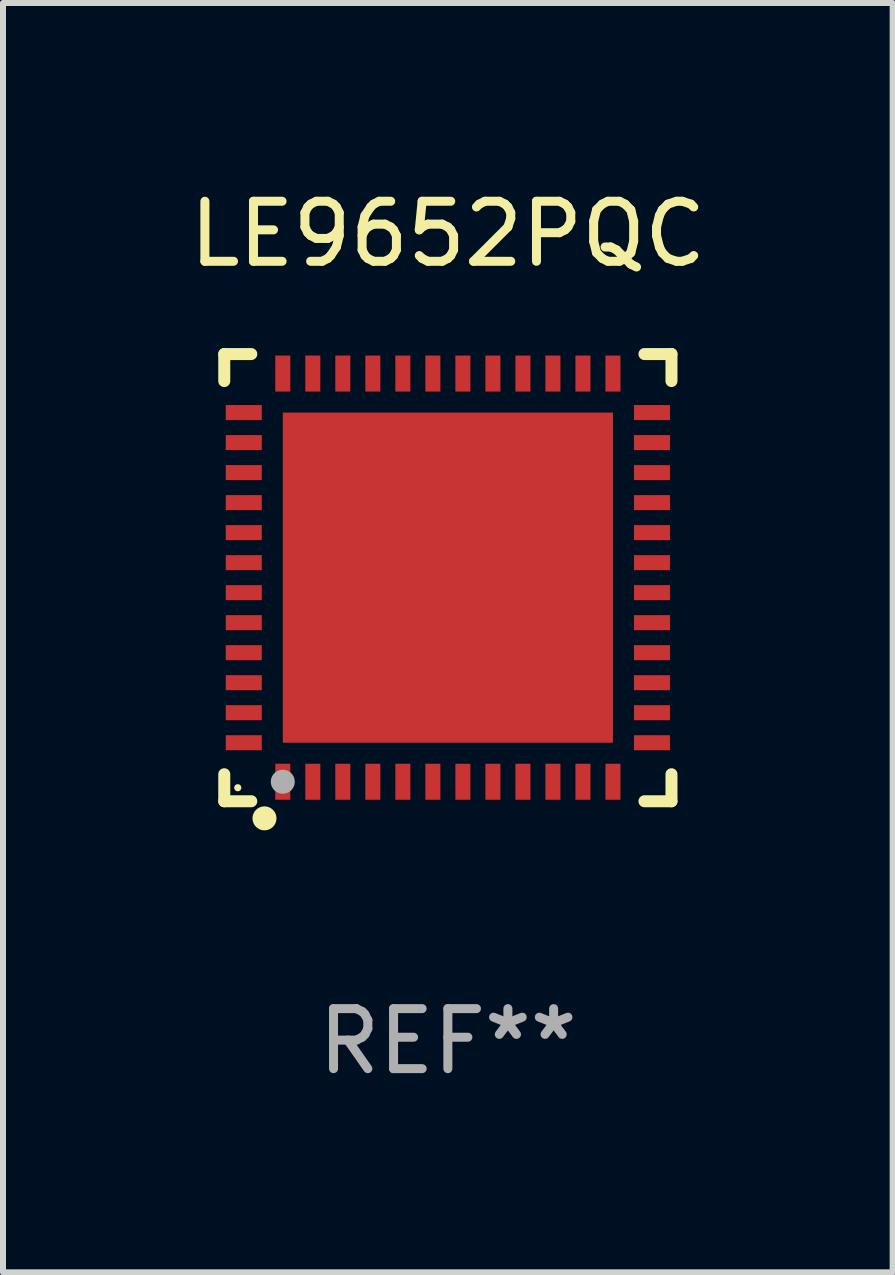
<source format=kicad_pcb>
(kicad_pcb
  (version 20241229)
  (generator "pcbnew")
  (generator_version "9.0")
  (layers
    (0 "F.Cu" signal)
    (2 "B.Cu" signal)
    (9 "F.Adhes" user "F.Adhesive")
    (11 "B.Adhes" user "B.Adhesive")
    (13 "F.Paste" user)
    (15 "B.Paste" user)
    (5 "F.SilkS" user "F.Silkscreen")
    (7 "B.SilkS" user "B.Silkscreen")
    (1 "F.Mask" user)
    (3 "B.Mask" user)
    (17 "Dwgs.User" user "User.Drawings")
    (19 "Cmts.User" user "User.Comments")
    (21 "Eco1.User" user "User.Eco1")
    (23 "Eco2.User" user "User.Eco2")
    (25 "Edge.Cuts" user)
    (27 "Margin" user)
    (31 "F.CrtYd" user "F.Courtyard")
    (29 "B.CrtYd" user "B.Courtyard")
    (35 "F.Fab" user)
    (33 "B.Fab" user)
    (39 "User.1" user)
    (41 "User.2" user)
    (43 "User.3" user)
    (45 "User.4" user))
  (footprint "LE9652PQC"
    (layer "F.Cu")
    (at 4.411 6.573)
    (property "Reference" "LE9652PQC" (at 0 -5.725 0) (layer "F.SilkS") (effects (font (size 1 1) (thickness 0.15))))
    (attr through_hole)
    (fp_line (start -3.725 -3.725) (end -3.275 -3.725) (stroke (width 0.2) (type solid)) (layer "F.SilkS"))
    (fp_line (start -3.725 -3.275) (end -3.725 -3.725) (stroke (width 0.2) (type solid)) (layer "F.SilkS"))
    (fp_line (start -3.725 3.725) (end -3.725 3.275) (stroke (width 0.2) (type solid)) (layer "F.SilkS"))
    (fp_line (start -3.275 3.725) (end -3.725 3.725) (stroke (width 0.2) (type solid)) (layer "F.SilkS"))
    (fp_line (start 3.275 3.725) (end 3.725 3.725) (stroke (width 0.2) (type solid)) (layer "F.SilkS"))
    (fp_line (start 3.725 -3.725) (end 3.275 -3.725) (stroke (width 0.2) (type solid)) (layer "F.SilkS"))
    (fp_line (start 3.725 -3.275) (end 3.725 -3.725) (stroke (width 0.2) (type solid)) (layer "F.SilkS"))
    (fp_line (start 3.725 3.725) (end 3.725 3.275) (stroke (width 0.2) (type solid)) (layer "F.SilkS"))
    (fp_circle (center -3.5 3.5) (end -3.47 3.5) (stroke (width 0.06) (type solid)) (fill no) (layer "F.SilkS"))
    (fp_circle (center -3.055 4.01) (end -2.955 4.01) (stroke (width 0.2) (type solid)) (fill no) (layer "F.SilkS"))
    (fp_circle (center -2.75 3.4) (end -2.65 3.4) (stroke (width 0.2) (type solid)) (fill no) (layer "F.Fab"))
    (fp_text user "REF**" (at 0 7.725 0) (layer "F.Fab") (effects (font (size 1 1) (thickness 0.15))))
    (pad "1" smd rect (at -2.75 3.4 180) (size 0.25 0.6) (layers "F.Cu" "F.Mask" "F.Paste"))
    (pad "2" smd rect (at -2.25 3.4 180) (size 0.25 0.6) (layers "F.Cu" "F.Mask" "F.Paste"))
    (pad "3" smd rect (at -1.75 3.4 180) (size 0.25 0.6) (layers "F.Cu" "F.Mask" "F.Paste"))
    (pad "4" smd rect (at -1.25 3.4 180) (size 0.25 0.6) (layers "F.Cu" "F.Mask" "F.Paste"))
    (pad "5" smd rect (at -0.75 3.4 180) (size 0.25 0.6) (layers "F.Cu" "F.Mask" "F.Paste"))
    (pad "6" smd rect (at -0.25 3.4 180) (size 0.25 0.6) (layers "F.Cu" "F.Mask" "F.Paste"))
    (pad "7" smd rect (at 0.25 3.4 180) (size 0.25 0.6) (layers "F.Cu" "F.Mask" "F.Paste"))
    (pad "8" smd rect (at 0.75 3.4 180) (size 0.25 0.6) (layers "F.Cu" "F.Mask" "F.Paste"))
    (pad "9" smd rect (at 1.25 3.4 180) (size 0.25 0.6) (layers "F.Cu" "F.Mask" "F.Paste"))
    (pad "10" smd rect (at 1.75 3.4 180) (size 0.25 0.6) (layers "F.Cu" "F.Mask" "F.Paste"))
    (pad "11" smd rect (at 2.25 3.4 180) (size 0.25 0.6) (layers "F.Cu" "F.Mask" "F.Paste"))
    (pad "12" smd rect (at 2.75 3.4 180) (size 0.25 0.6) (layers "F.Cu" "F.Mask" "F.Paste"))
    (pad "13" smd rect (at 3.4 2.75 90) (size 0.25 0.6) (layers "F.Cu" "F.Mask" "F.Paste"))
    (pad "14" smd rect (at 3.4 2.25 90) (size 0.25 0.6) (layers "F.Cu" "F.Mask" "F.Paste"))
    (pad "15" smd rect (at 3.4 1.75 90) (size 0.25 0.6) (layers "F.Cu" "F.Mask" "F.Paste"))
    (pad "16" smd rect (at 3.4 1.25 90) (size 0.25 0.6) (layers "F.Cu" "F.Mask" "F.Paste"))
    (pad "17" smd rect (at 3.4 0.75 90) (size 0.25 0.6) (layers "F.Cu" "F.Mask" "F.Paste"))
    (pad "18" smd rect (at 3.4 0.25 90) (size 0.25 0.6) (layers "F.Cu" "F.Mask" "F.Paste"))
    (pad "19" smd rect (at 3.4 -0.25 90) (size 0.25 0.6) (layers "F.Cu" "F.Mask" "F.Paste"))
    (pad "20" smd rect (at 3.4 -0.75 90) (size 0.25 0.6) (layers "F.Cu" "F.Mask" "F.Paste"))
    (pad "21" smd rect (at 3.4 -1.25 90) (size 0.25 0.6) (layers "F.Cu" "F.Mask" "F.Paste"))
    (pad "22" smd rect (at 3.4 -1.75 90) (size 0.25 0.6) (layers "F.Cu" "F.Mask" "F.Paste"))
    (pad "23" smd rect (at 3.4 -2.25 90) (size 0.25 0.6) (layers "F.Cu" "F.Mask" "F.Paste"))
    (pad "24" smd rect (at 3.4 -2.75 90) (size 0.25 0.6) (layers "F.Cu" "F.Mask" "F.Paste"))
    (pad "25" smd rect (at 2.75 -3.4 180) (size 0.25 0.6) (layers "F.Cu" "F.Mask" "F.Paste"))
    (pad "26" smd rect (at 2.25 -3.4 180) (size 0.25 0.6) (layers "F.Cu" "F.Mask" "F.Paste"))
    (pad "27" smd rect (at 1.75 -3.4 180) (size 0.25 0.6) (layers "F.Cu" "F.Mask" "F.Paste"))
    (pad "28" smd rect (at 1.25 -3.4 180) (size 0.25 0.6) (layers "F.Cu" "F.Mask" "F.Paste"))
    (pad "29" smd rect (at 0.75 -3.4 180) (size 0.25 0.6) (layers "F.Cu" "F.Mask" "F.Paste"))
    (pad "30" smd rect (at 0.25 -3.4 180) (size 0.25 0.6) (layers "F.Cu" "F.Mask" "F.Paste"))
    (pad "31" smd rect (at -0.25 -3.4 180) (size 0.25 0.6) (layers "F.Cu" "F.Mask" "F.Paste"))
    (pad "32" smd rect (at -0.75 -3.4 180) (size 0.25 0.6) (layers "F.Cu" "F.Mask" "F.Paste"))
    (pad "33" smd rect (at -1.25 -3.4 180) (size 0.25 0.6) (layers "F.Cu" "F.Mask" "F.Paste"))
    (pad "34" smd rect (at -1.75 -3.4 180) (size 0.25 0.6) (layers "F.Cu" "F.Mask" "F.Paste"))
    (pad "35" smd rect (at -2.25 -3.4 180) (size 0.25 0.6) (layers "F.Cu" "F.Mask" "F.Paste"))
    (pad "36" smd rect (at -2.75 -3.4 180) (size 0.25 0.6) (layers "F.Cu" "F.Mask" "F.Paste"))
    (pad "37" smd rect (at -3.4 -2.75 90) (size 0.25 0.6) (layers "F.Cu" "F.Mask" "F.Paste"))
    (pad "38" smd rect (at -3.4 -2.25 90) (size 0.25 0.6) (layers "F.Cu" "F.Mask" "F.Paste"))
    (pad "39" smd rect (at -3.4 -1.75 90) (size 0.25 0.6) (layers "F.Cu" "F.Mask" "F.Paste"))
    (pad "40" smd rect (at -3.4 -1.25 90) (size 0.25 0.6) (layers "F.Cu" "F.Mask" "F.Paste"))
    (pad "41" smd rect (at -3.4 -0.75 90) (size 0.25 0.6) (layers "F.Cu" "F.Mask" "F.Paste"))
    (pad "42" smd rect (at -3.4 -0.25 90) (size 0.25 0.6) (layers "F.Cu" "F.Mask" "F.Paste"))
    (pad "43" smd rect (at -3.4 0.25 90) (size 0.25 0.6) (layers "F.Cu" "F.Mask" "F.Paste"))
    (pad "44" smd rect (at -3.4 0.75 90) (size 0.25 0.6) (layers "F.Cu" "F.Mask" "F.Paste"))
    (pad "45" smd rect (at -3.4 1.25 90) (size 0.25 0.6) (layers "F.Cu" "F.Mask" "F.Paste"))
    (pad "46" smd rect (at -3.4 1.75 90) (size 0.25 0.6) (layers "F.Cu" "F.Mask" "F.Paste"))
    (pad "47" smd rect (at -3.4 2.25 90) (size 0.25 0.6) (layers "F.Cu" "F.Mask" "F.Paste"))
    (pad "48" smd rect (at -3.4 2.75 90) (size 0.25 0.6) (layers "F.Cu" "F.Mask" "F.Paste"))
    (pad "49" smd rect (at -0.000076 -0.000076 90) (size 5.5 5.5) (layers "F.Cu" "F.Mask" "F.Paste")))
  (gr_rect
    (start -3 -3)
    (end 11.821 18.146)
    (stroke (width 0.1) (type default))
    (fill no)
    (layer "Edge.Cuts")))
</source>
